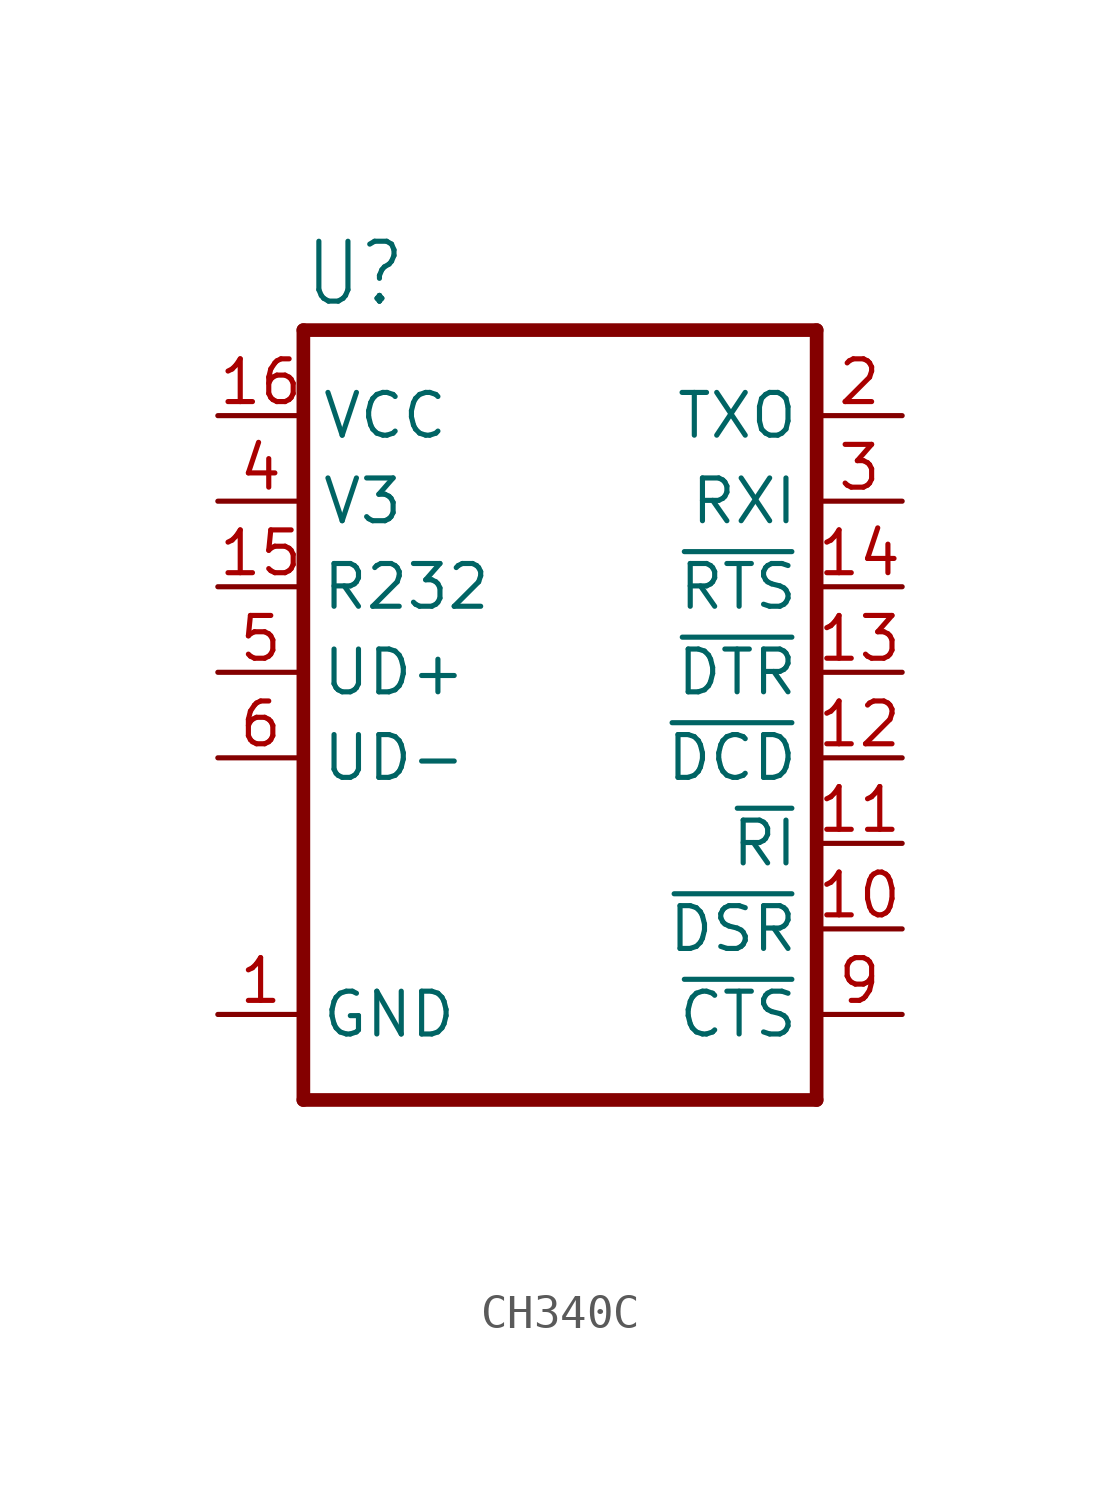
<source format=kicad_sym>
(kicad_symbol_lib
  (version 20231120)
  (generator "kicad_symbol_editor")
  (generator_version "8.99")
  (symbol "CH340C"
    (property "Reference" "U"
      (at -7.62 10.795 0)
      (effects (font (size 1.778 1.511)) (justify left bottom)))
    (property "Value" ""
      (at -7.62 -15.24 0)
      (effects (font (size 1.778 1.511)) (justify left bottom)))
    (property "ki_locked" ""
      (at 0 0 0)
      (effects (font (size 1.27 1.27))))
    (symbol "CH340C_1_0"
      (polyline (pts (xy -7.62 -12.7) (xy 7.62 -12.7)) (stroke (width 0.406) (type solid)) (fill (type none)))
      (polyline (pts (xy -7.62 10.16) (xy -7.62 -12.7)) (stroke (width 0.406) (type solid)) (fill (type none)))
      (polyline (pts (xy 7.62 -12.7) (xy 7.62 10.16)) (stroke (width 0.406) (type solid)) (fill (type none)))
      (polyline (pts (xy 7.62 10.16) (xy -7.62 10.16)) (stroke (width 0.406) (type solid)) (fill (type none)))
      (pin bidirectional line (at -10.16 -10.16 0) (length 2.54) (name "GND" (effects (font (size 1.27 1.27)))) (number "1" (effects (font (size 1.27 1.27)))))
      (pin bidirectional line (at 10.16 -7.62 180) (length 2.54) (name "~{DSR}" (effects (font (size 1.27 1.27)))) (number "10" (effects (font (size 1.27 1.27)))))
      (pin bidirectional line (at 10.16 -5.08 180) (length 2.54) (name "~{RI}" (effects (font (size 1.27 1.27)))) (number "11" (effects (font (size 1.27 1.27)))))
      (pin bidirectional line (at 10.16 -2.54 180) (length 2.54) (name "~{DCD}" (effects (font (size 1.27 1.27)))) (number "12" (effects (font (size 1.27 1.27)))))
      (pin bidirectional line (at 10.16 0 180) (length 2.54) (name "~{DTR}" (effects (font (size 1.27 1.27)))) (number "13" (effects (font (size 1.27 1.27)))))
      (pin bidirectional line (at 10.16 2.54 180) (length 2.54) (name "~{RTS}" (effects (font (size 1.27 1.27)))) (number "14" (effects (font (size 1.27 1.27)))))
      (pin bidirectional line (at -10.16 2.54 0) (length 2.54) (name "R232" (effects (font (size 1.27 1.27)))) (number "15" (effects (font (size 1.27 1.27)))))
      (pin bidirectional line (at -10.16 7.62 0) (length 2.54) (name "VCC" (effects (font (size 1.27 1.27)))) (number "16" (effects (font (size 1.27 1.27)))))
      (pin bidirectional line (at 10.16 7.62 180) (length 2.54) (name "TXO" (effects (font (size 1.27 1.27)))) (number "2" (effects (font (size 1.27 1.27)))))
      (pin bidirectional line (at 10.16 5.08 180) (length 2.54) (name "RXI" (effects (font (size 1.27 1.27)))) (number "3" (effects (font (size 1.27 1.27)))))
      (pin bidirectional line (at -10.16 5.08 0) (length 2.54) (name "V3" (effects (font (size 1.27 1.27)))) (number "4" (effects (font (size 1.27 1.27)))))
      (pin bidirectional line (at -10.16 0 0) (length 2.54) (name "UD+" (effects (font (size 1.27 1.27)))) (number "5" (effects (font (size 1.27 1.27)))))
      (pin bidirectional line (at -10.16 -2.54 0) (length 2.54) (name "UD-" (effects (font (size 1.27 1.27)))) (number "6" (effects (font (size 1.27 1.27)))))
      (pin bidirectional line (at 10.16 -10.16 180) (length 2.54) (name "~{CTS}" (effects (font (size 1.27 1.27)))) (number "9" (effects (font (size 1.27 1.27))))))))
</source>
